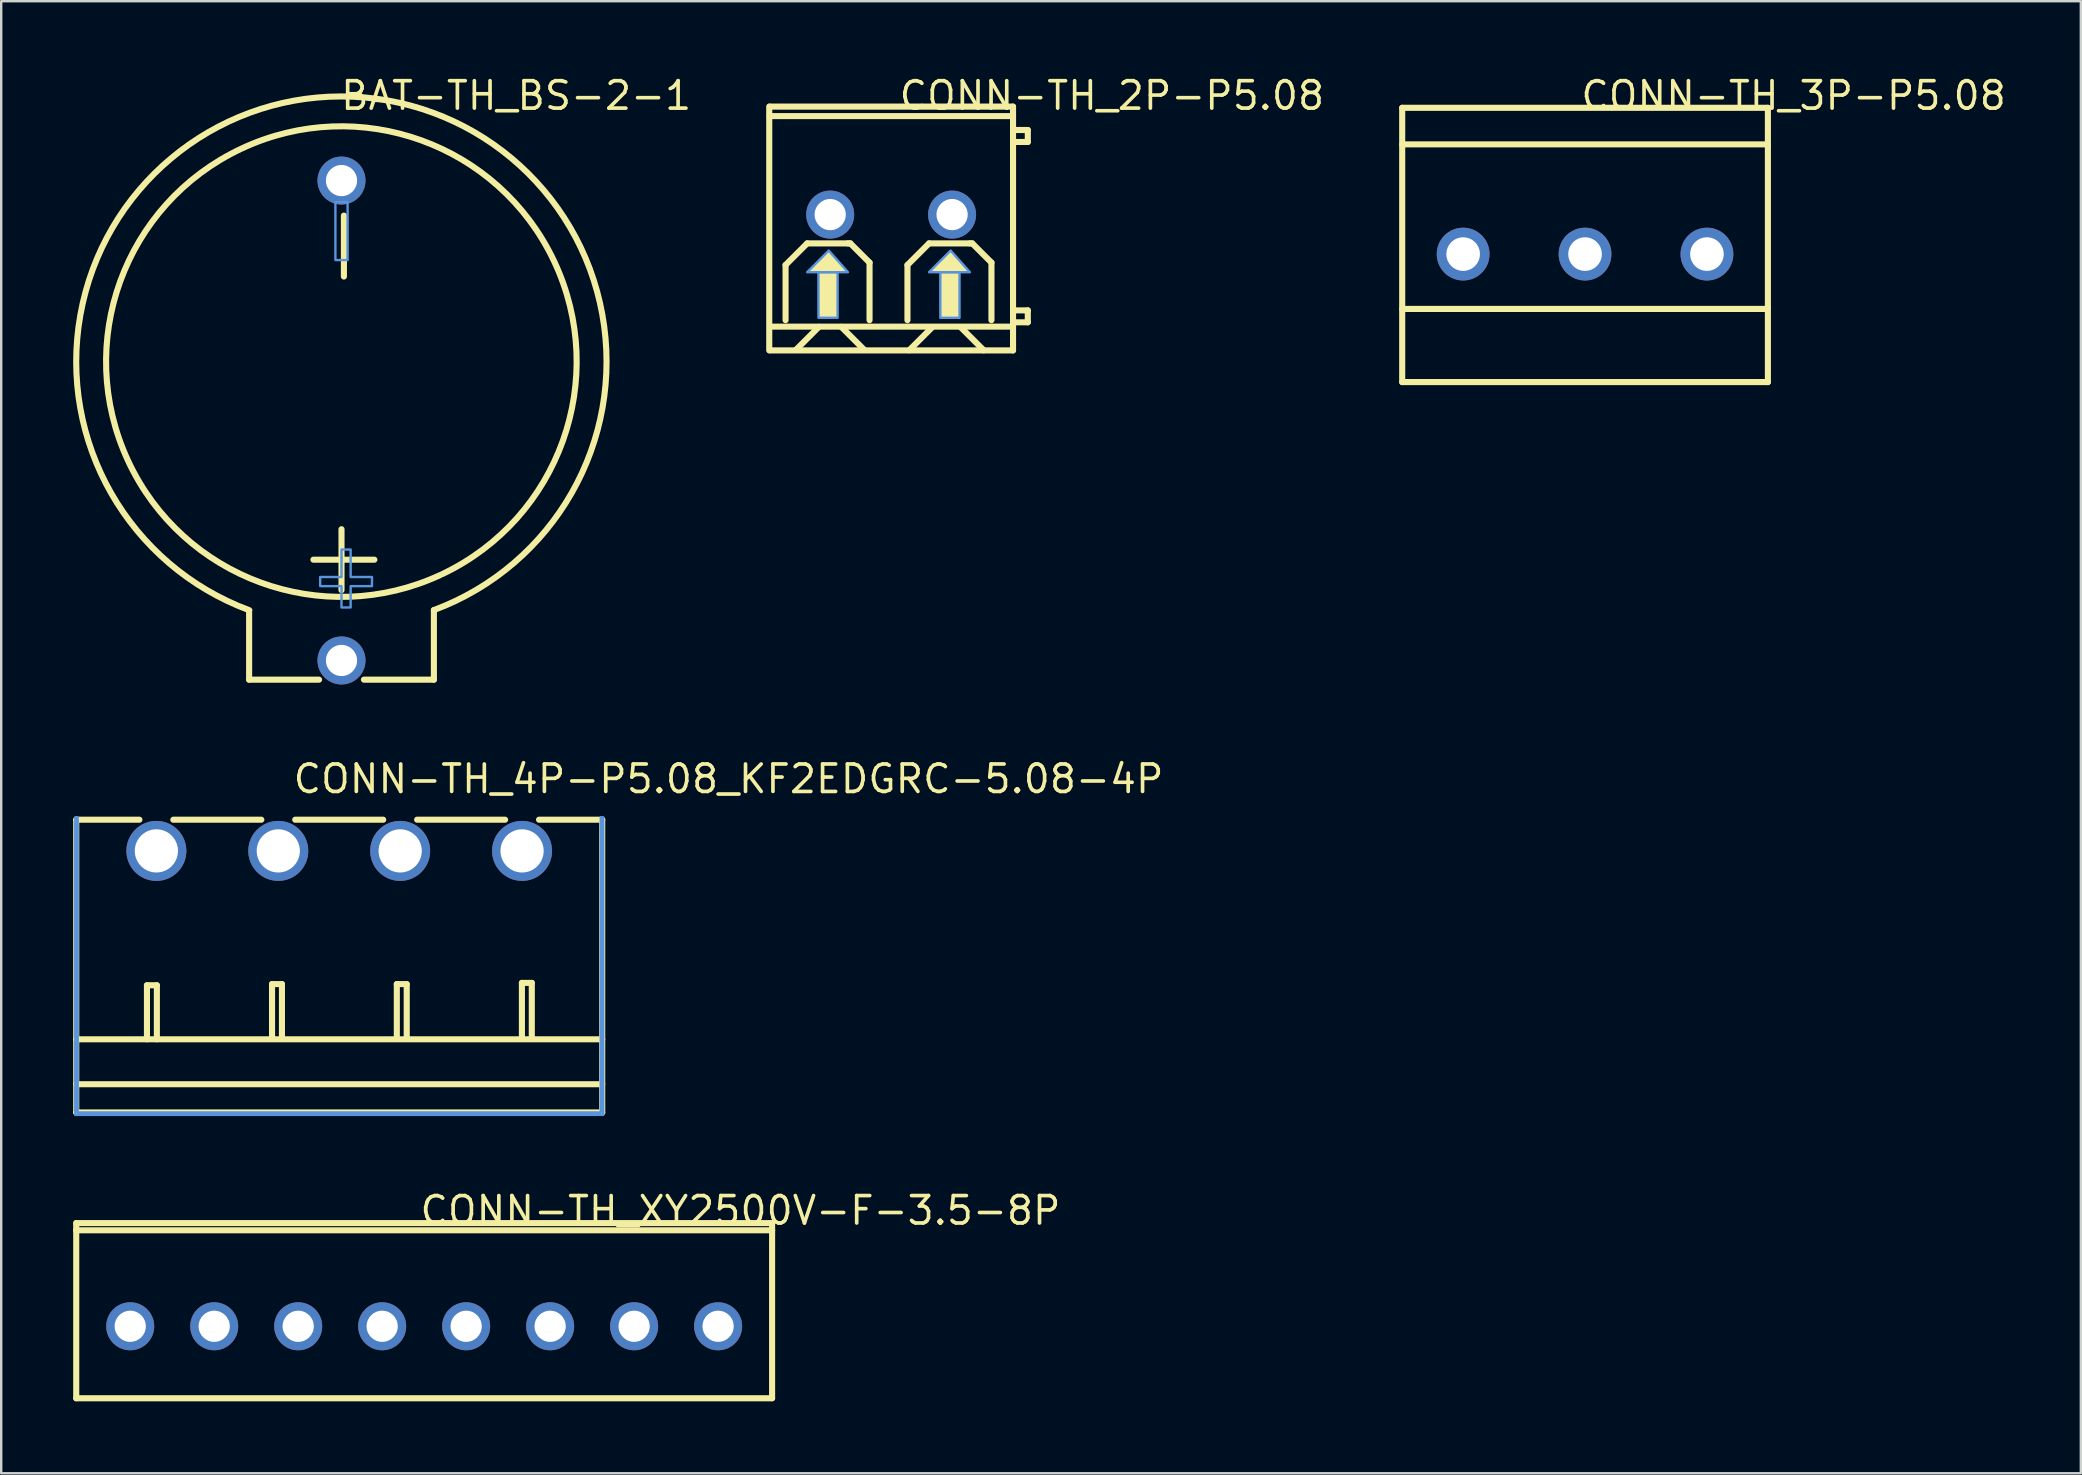
<source format=kicad_pcb>
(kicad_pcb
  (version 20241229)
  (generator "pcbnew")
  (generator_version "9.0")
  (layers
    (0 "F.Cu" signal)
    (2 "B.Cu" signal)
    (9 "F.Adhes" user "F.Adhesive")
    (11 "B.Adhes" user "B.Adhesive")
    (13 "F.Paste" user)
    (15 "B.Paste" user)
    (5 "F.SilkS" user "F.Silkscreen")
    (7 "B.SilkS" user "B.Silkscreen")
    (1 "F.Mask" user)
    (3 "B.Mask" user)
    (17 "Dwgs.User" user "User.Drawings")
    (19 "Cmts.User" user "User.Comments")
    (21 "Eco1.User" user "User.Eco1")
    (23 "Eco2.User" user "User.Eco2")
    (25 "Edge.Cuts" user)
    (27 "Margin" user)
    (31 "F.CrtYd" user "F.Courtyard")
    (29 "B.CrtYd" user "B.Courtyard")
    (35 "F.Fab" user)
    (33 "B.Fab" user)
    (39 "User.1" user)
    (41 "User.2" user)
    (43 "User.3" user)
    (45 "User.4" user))
  (footprint "CONN-TH_3P-P5.08"
    (layer "F.Cu")
    (at 63.006 7.539)
    (property "Reference" "CONN-TH_3P-P5.08" (at -0.254 -6.604 0) (layer "F.SilkS") (effects (font (size 1.143 1.143) (thickness 0.152)) (justify left)))
    (attr through_hole)
    (fp_line (start -7.62 -6.096) (end -7.62 5.334) (stroke (width 0.254) (type solid)) (layer "F.SilkS"))
    (fp_line (start -7.62 -6.096) (end 7.62 -6.096) (stroke (width 0.254) (type solid)) (layer "F.SilkS"))
    (fp_line (start -7.62 -4.572) (end 7.62 -4.572) (stroke (width 0.254) (type solid)) (layer "F.SilkS"))
    (fp_line (start -7.62 2.286) (end 7.62 2.286) (stroke (width 0.254) (type solid)) (layer "F.SilkS"))
    (fp_line (start -7.62 5.334) (end 7.62 5.334) (stroke (width 0.254) (type solid)) (layer "F.SilkS"))
    (fp_line (start 7.62 5.334) (end 7.62 -6.096) (stroke (width 0.254) (type solid)) (layer "F.SilkS"))
    (pad "1" thru_hole circle (at -5.08 0) (size 2.2 2.2) (drill 1.4) (layers "*.Cu" "*.Paste" "*.Mask"))
    (pad "2" thru_hole circle (at 0 0) (size 2.2 2.2) (drill 1.4) (layers "*.Cu" "*.Paste" "*.Mask"))
    (pad "3" thru_hole circle (at 5.08 0) (size 2.2 2.2) (drill 1.4) (layers "*.Cu" "*.Paste" "*.Mask")))
  (footprint "CONN-TH_2P-P5.08"
    (layer "F.Cu")
    (at 34.088 5.893)
    (property "Reference" "CONN-TH_2P-P5.08" (at 0.254 -4.958 0) (layer "F.SilkS") (effects (font (size 1.143 1.143) (thickness 0.152)) (justify left)))
    (attr through_hole)
    (fp_line (start -5.08 5.657) (end -5.08 -4.503) (stroke (width 0.254) (type solid)) (layer "F.SilkS"))
    (fp_line (start -4.4 2.1) (end -3.5 1.2) (stroke (width 0.254) (type solid)) (layer "F.SilkS"))
    (fp_line (start -4.4 4.4) (end -4.4 2.1) (stroke (width 0.254) (type solid)) (layer "F.SilkS"))
    (fp_line (start -3.5 1.2) (end -1.8 1.2) (stroke (width 0.254) (type solid)) (layer "F.SilkS"))
    (fp_line (start -3.01 4.678) (end -3.97 5.638) (stroke (width 0.254) (type solid)) (layer "F.SilkS"))
    (fp_line (start -2.08 4.678) (end -1.12 5.638) (stroke (width 0.254) (type solid)) (layer "F.SilkS"))
    (fp_line (start -1.8 1.2) (end -1.7 1.2) (stroke (width 0.254) (type solid)) (layer "F.SilkS"))
    (fp_line (start -1.7 1.2) (end -0.9 2) (stroke (width 0.254) (type solid)) (layer "F.SilkS"))
    (fp_line (start -0.9 2) (end -0.9 4.4) (stroke (width 0.254) (type solid)) (layer "F.SilkS"))
    (fp_line (start 0.68 2.1) (end 1.58 1.2) (stroke (width 0.254) (type solid)) (layer "F.SilkS"))
    (fp_line (start 0.68 4.4) (end 0.68 2.1) (stroke (width 0.254) (type solid)) (layer "F.SilkS"))
    (fp_line (start 1.58 1.2) (end 3.28 1.2) (stroke (width 0.254) (type solid)) (layer "F.SilkS"))
    (fp_line (start 1.71 4.696) (end 0.75 5.656) (stroke (width 0.254) (type solid)) (layer "F.SilkS"))
    (fp_line (start 2.9 4.696) (end 3.86 5.656) (stroke (width 0.254) (type solid)) (layer "F.SilkS"))
    (fp_line (start 3.28 1.2) (end 3.38 1.2) (stroke (width 0.254) (type solid)) (layer "F.SilkS"))
    (fp_line (start 3.38 1.2) (end 4.18 2) (stroke (width 0.254) (type solid)) (layer "F.SilkS"))
    (fp_line (start 4.18 2) (end 4.18 4.4) (stroke (width 0.254) (type solid)) (layer "F.SilkS"))
    (fp_line (start 5.08 -4.5) (end -5.054 -4.5) (stroke (width 0.254) (type solid)) (layer "F.SilkS"))
    (fp_line (start 5.08 -4.105) (end -5.065 -4.105) (stroke (width 0.254) (type solid)) (layer "F.SilkS"))
    (fp_line (start 5.08 -3.525) (end 5.695 -3.525) (stroke (width 0.254) (type solid)) (layer "F.SilkS"))
    (fp_line (start 5.08 3.991) (end 5.695 3.991) (stroke (width 0.254) (type solid)) (layer "F.SilkS"))
    (fp_line (start 5.08 4.669) (end -5.036 4.669) (stroke (width 0.254) (type solid)) (layer "F.SilkS"))
    (fp_line (start 5.08 5.66) (end -5.054 5.66) (stroke (width 0.254) (type solid)) (layer "F.SilkS"))
    (fp_line (start 5.08 5.66) (end 5.08 -4.5) (stroke (width 0.254) (type solid)) (layer "F.SilkS"))
    (fp_line (start 5.695 -3.525) (end 5.695 -3.027) (stroke (width 0.254) (type solid)) (layer "F.SilkS"))
    (fp_line (start 5.695 -3.027) (end 5.08 -3.027) (stroke (width 0.254) (type solid)) (layer "F.SilkS"))
    (fp_line (start 5.695 3.991) (end 5.695 4.488) (stroke (width 0.254) (type solid)) (layer "F.SilkS"))
    (fp_line (start 5.695 4.488) (end 5.08 4.488) (stroke (width 0.254) (type solid)) (layer "F.SilkS"))
    (fp_poly (pts (xy -2.6 1.5) (xy -3.5 2.4) (xy -1.8 2.4)) (stroke (width 0) (type solid)) (fill yes) (layer "F.SilkS"))
    (fp_poly (pts (xy 2.48 1.5) (xy 1.58 2.4) (xy 3.28 2.4)) (stroke (width 0) (type solid)) (fill yes) (layer "F.SilkS"))
    (fp_poly (pts (xy -3.03 2.4) (xy -3.03 4.3) (xy -2.23 4.3) (xy -2.23 2.4)) (stroke (width 0) (type solid)) (fill yes) (layer "F.SilkS"))
    (fp_poly (pts (xy 2.05 2.4) (xy 2.05 4.3) (xy 2.85 4.3) (xy 2.85 2.4)) (stroke (width 0) (type solid)) (fill yes) (layer "F.SilkS"))
    (fp_poly (pts (xy -2.6 1.5) (xy -3.5 2.4) (xy -1.8 2.4)) (stroke (width 0.1) (type solid)) (fill no) (layer "Cmts.User"))
    (fp_poly (pts (xy 2.48 1.5) (xy 1.58 2.4) (xy 3.28 2.4)) (stroke (width 0.1) (type solid)) (fill no) (layer "Cmts.User"))
    (fp_poly (pts (xy -3.03 2.4) (xy -3.03 4.3) (xy -2.23 4.3) (xy -2.23 2.4)) (stroke (width 0.1) (type solid)) (fill no) (layer "Cmts.User"))
    (fp_poly (pts (xy 2.05 2.4) (xy 2.05 4.3) (xy 2.85 4.3) (xy 2.85 2.4)) (stroke (width 0.1) (type solid)) (fill no) (layer "Cmts.User"))
    (pad "1" thru_hole circle (at -2.54 0 180) (size 2 2) (drill 1.3) (layers "*.Cu" "*.Paste" "*.Mask"))
    (pad "2" thru_hole circle (at 2.54 0 180) (size 2 2) (drill 1.3) (layers "*.Cu" "*.Paste" "*.Mask")))
  (footprint "BAT-TH_BS-2-1"
    (layer "F.Cu")
    (at 11.182 14.475)
    (property "Reference" "BAT-TH_BS-2-1" (at -0.115 -13.54 0) (layer "F.SilkS") (effects (font (size 1.143 1.143) (thickness 0.152)) (justify left)))
    (attr through_hole)
    (fp_line (start -3.85 10.8) (end -3.85 8) (stroke (width 0.254) (type solid)) (layer "F.SilkS"))
    (fp_line (start -3.85 10.8) (end -0.935 10.8) (stroke (width 0.254) (type solid)) (layer "F.SilkS"))
    (fp_line (start 0 7.07) (end 0 4.53) (stroke (width 0.254) (type solid)) (layer "F.SilkS"))
    (fp_line (start 0.1 -6) (end 0.1 -8.54) (stroke (width 0.254) (type solid)) (layer "F.SilkS"))
    (fp_line (start 0.935 10.8) (end 3.85 10.8) (stroke (width 0.254) (type solid)) (layer "F.SilkS"))
    (fp_line (start 1.37 5.8) (end -1.17 5.8) (stroke (width 0.254) (type solid)) (layer "F.SilkS"))
    (fp_line (start 3.85 10.8) (end 3.85 7.9) (stroke (width 0.254) (type solid)) (layer "F.SilkS"))
    (fp_arc (start -3.84 7.907) (mid -0.01564 -13.505836) (end 3.84995 7.899595) (stroke (width 0.254) (type solid)) (layer "F.SilkS"))
    (fp_arc (start 4.112 6.441) (mid -4.166204 -11.332411) (end 4.200306 6.399603) (stroke (width 0.254) (type solid)) (layer "F.SilkS"))
    (fp_poly (pts (xy 0.254 -6.688) (xy -0.254 -6.688) (xy -0.254 -9.101) (xy 0.254 -9.101)) (stroke (width 0.1) (type solid)) (fill no) (layer "Cmts.User"))
    (fp_poly (pts (xy 1.27 6.52) (xy 0.381 6.52) (xy 0.381 5.377) (xy 0 5.377) (xy 0 6.52) (xy -0.889 6.52) (xy -0.889 6.774) (xy -0.889 6.901) (xy 0 6.901) (xy 0 7.79) (xy 0.381 7.79) (xy 0.381 6.901) (xy 1.27 6.901) (xy 1.27 6.647)) (stroke (width 0.1) (type solid)) (fill no) (layer "Cmts.User"))
    (pad "1" thru_hole circle (at 0 10 90) (size 2 2) (drill 1.3) (layers "*.Cu" "*.Paste" "*.Mask"))
    (pad "2" thru_hole circle (at 0 -10 90) (size 2 2) (drill 1.3) (layers "*.Cu" "*.Paste" "*.Mask")))
  (footprint "CONN-TH_XY2500V-F-3.5-8P"
    (layer "F.Cu")
    (at 14.627 52.222)
    (property "Reference" "CONN-TH_XY2500V-F-3.5-8P" (at -0.254 -4.826 0) (layer "F.SilkS") (effects (font (size 1.143 1.143) (thickness 0.152)) (justify left)))
    (attr through_hole)
    (fp_line (start -14.5 -4.3) (end 14.5 -4.3) (stroke (width 0.254) (type solid)) (layer "F.SilkS"))
    (fp_line (start -14.5 -4) (end -14.5 -4.3) (stroke (width 0.254) (type solid)) (layer "F.SilkS"))
    (fp_line (start -14.5 -4) (end -14.5 3) (stroke (width 0.254) (type solid)) (layer "F.SilkS"))
    (fp_line (start -14.5 -4) (end 14.5 -4) (stroke (width 0.254) (type solid)) (layer "F.SilkS"))
    (fp_line (start -14.5 3) (end 14.5 3) (stroke (width 0.254) (type solid)) (layer "F.SilkS"))
    (fp_line (start 14.5 -4) (end 14.5 -4.3) (stroke (width 0.254) (type solid)) (layer "F.SilkS"))
    (fp_line (start 14.5 -4) (end 14.5 3) (stroke (width 0.254) (type solid)) (layer "F.SilkS"))
    (pad "1" thru_hole circle (at -12.25 0) (size 2 2) (drill 1.3) (layers "*.Cu" "*.Paste" "*.Mask"))
    (pad "2" thru_hole circle (at -8.75 0) (size 2 2) (drill 1.3) (layers "*.Cu" "*.Paste" "*.Mask"))
    (pad "3" thru_hole circle (at -5.25 0) (size 2 2) (drill 1.3) (layers "*.Cu" "*.Paste" "*.Mask"))
    (pad "4" thru_hole circle (at -1.75 0) (size 2 2) (drill 1.3) (layers "*.Cu" "*.Paste" "*.Mask"))
    (pad "5" thru_hole circle (at 1.75 0) (size 2 2) (drill 1.3) (layers "*.Cu" "*.Paste" "*.Mask"))
    (pad "6" thru_hole circle (at 5.25 0) (size 2 2) (drill 1.3) (layers "*.Cu" "*.Paste" "*.Mask"))
    (pad "7" thru_hole circle (at 8.75 0) (size 2 2) (drill 1.3) (layers "*.Cu" "*.Paste" "*.Mask"))
    (pad "8" thru_hole circle (at 12.25 0) (size 2 2) (drill 1.3) (layers "*.Cu" "*.Paste" "*.Mask")))
  (footprint "CONN-TH_4P-P5.08_KF2EDGRC-5.08-4P"
    (layer "F.Cu")
    (at 11.087 32.411)
    (property "Reference" "CONN-TH_4P-P5.08_KF2EDGRC-5.08-4P" (at -2 -3 0) (layer "F.SilkS") (effects (font (size 1.143 1.143) (thickness 0.152)) (justify left)))
    (attr through_hole)
    (fp_line (start -10.96 -1.3) (end -10.96 10.9) (stroke (width 0.254) (type solid)) (layer "F.SilkS"))
    (fp_line (start -10.96 -1.3) (end -8.327 -1.3) (stroke (width 0.254) (type solid)) (layer "F.SilkS"))
    (fp_line (start -10.96 7.851) (end 10.96 7.851) (stroke (width 0.254) (type solid)) (layer "F.SilkS"))
    (fp_line (start -10.96 9.724) (end 10.96 9.724) (stroke (width 0.254) (type solid)) (layer "F.SilkS"))
    (fp_line (start -8.013 5.6) (end -7.6 5.6) (stroke (width 0.254) (type solid)) (layer "F.SilkS"))
    (fp_line (start -8.013 7.85) (end -8.013 5.6) (stroke (width 0.254) (type solid)) (layer "F.SilkS"))
    (fp_line (start -7.6 5.6) (end -7.6 7.85) (stroke (width 0.254) (type solid)) (layer "F.SilkS"))
    (fp_line (start -6.913 -1.3) (end -3.247 -1.3) (stroke (width 0.254) (type solid)) (layer "F.SilkS"))
    (fp_line (start -2.8 5.551) (end -2.387 5.551) (stroke (width 0.254) (type solid)) (layer "F.SilkS"))
    (fp_line (start -2.8 7.8) (end -2.8 5.551) (stroke (width 0.254) (type solid)) (layer "F.SilkS"))
    (fp_line (start -2.387 5.551) (end -2.387 7.8) (stroke (width 0.254) (type solid)) (layer "F.SilkS"))
    (fp_line (start -1.833 -1.3) (end 1.833 -1.3) (stroke (width 0.254) (type solid)) (layer "F.SilkS"))
    (fp_line (start 2.4 5.551) (end 2.813 5.551) (stroke (width 0.254) (type solid)) (layer "F.SilkS"))
    (fp_line (start 2.4 7.8) (end 2.4 5.551) (stroke (width 0.254) (type solid)) (layer "F.SilkS"))
    (fp_line (start 2.813 5.551) (end 2.813 7.8) (stroke (width 0.254) (type solid)) (layer "F.SilkS"))
    (fp_line (start 3.247 -1.3) (end 6.913 -1.3) (stroke (width 0.254) (type solid)) (layer "F.SilkS"))
    (fp_line (start 7.613 5.501) (end 8.025 5.501) (stroke (width 0.254) (type solid)) (layer "F.SilkS"))
    (fp_line (start 7.613 7.751) (end 7.613 5.501) (stroke (width 0.254) (type solid)) (layer "F.SilkS"))
    (fp_line (start 8.025 5.501) (end 8.025 7.751) (stroke (width 0.254) (type solid)) (layer "F.SilkS"))
    (fp_line (start 8.327 -1.3) (end 10.96 -1.3) (stroke (width 0.254) (type solid)) (layer "F.SilkS"))
    (fp_line (start 10.96 -1.3) (end 10.96 10.9) (stroke (width 0.254) (type solid)) (layer "F.SilkS"))
    (fp_line (start 10.96 10.9) (end -10.96 10.9) (stroke (width 0.254) (type solid)) (layer "F.SilkS"))
    (fp_poly (pts (xy -10.9 -1.4) (xy -11 -1.4) (xy -11 11) (xy 11 11) (xy 11 -1.4) (xy 10.9 -1.4) (xy 10.9 10.9) (xy -10.9 10.9)) (stroke (width 0.1) (type solid)) (fill no) (layer "Cmts.User"))
    (pad "1" thru_hole circle (at -7.62 0) (size 2.5 2.5) (drill 1.8) (layers "*.Cu" "*.Paste" "*.Mask"))
    (pad "2" thru_hole circle (at -2.54 0) (size 2.5 2.5) (drill 1.8) (layers "*.Cu" "*.Paste" "*.Mask"))
    (pad "3" thru_hole circle (at 2.54 0) (size 2.5 2.5) (drill 1.8) (layers "*.Cu" "*.Paste" "*.Mask"))
    (pad "4" thru_hole circle (at 7.62 0) (size 2.5 2.5) (drill 1.8) (layers "*.Cu" "*.Paste" "*.Mask")))
  (gr_rect
    (start -3 -3)
    (end 83.668 58.349)
    (stroke (width 0.1) (type default))
    (fill no)
    (layer "Edge.Cuts")))
</source>
